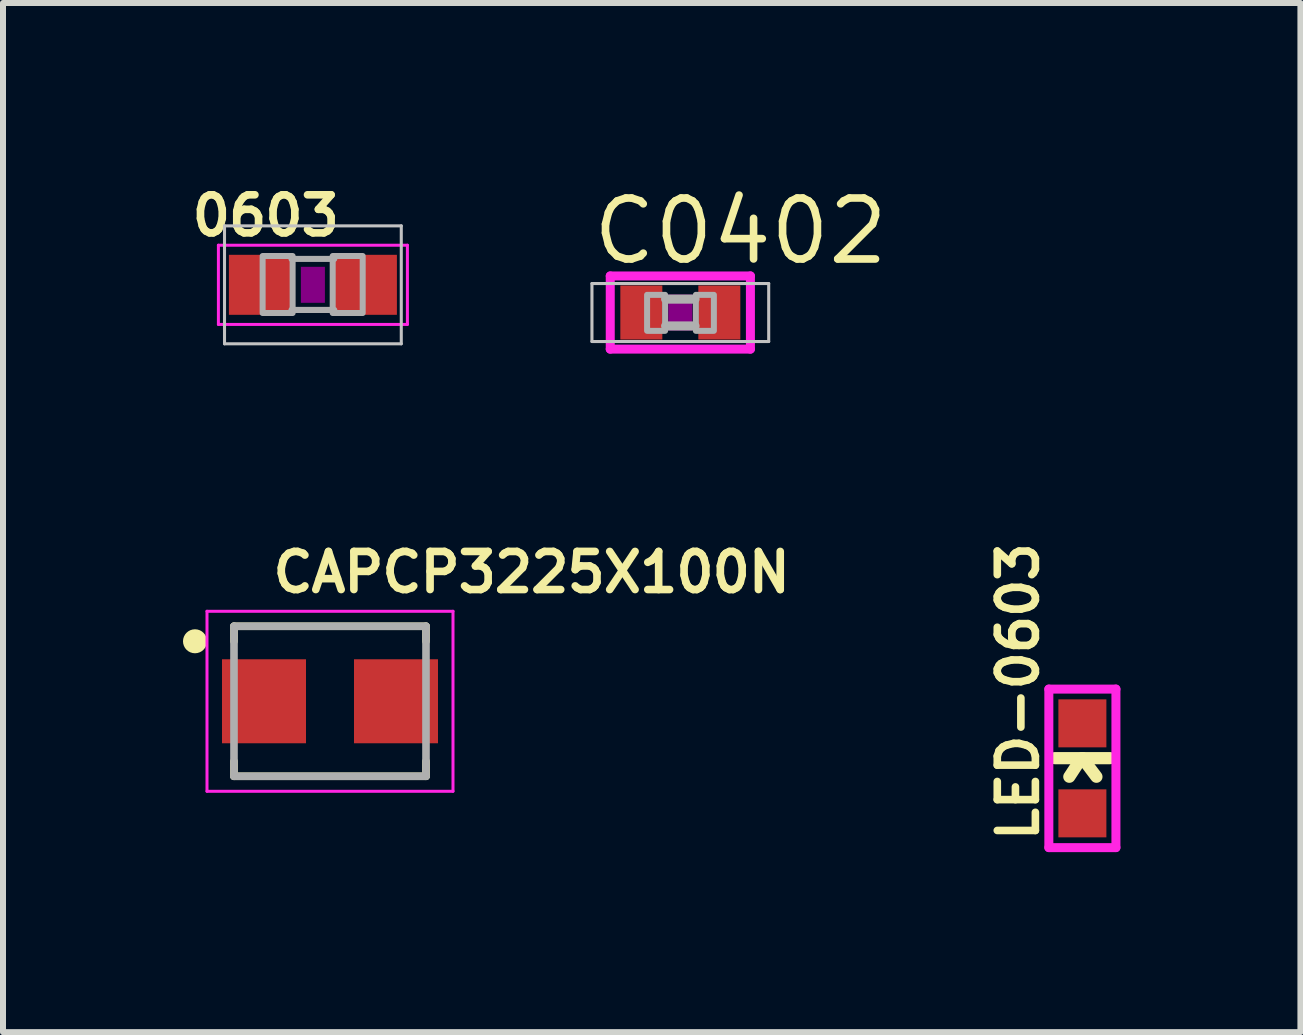
<source format=kicad_pcb>
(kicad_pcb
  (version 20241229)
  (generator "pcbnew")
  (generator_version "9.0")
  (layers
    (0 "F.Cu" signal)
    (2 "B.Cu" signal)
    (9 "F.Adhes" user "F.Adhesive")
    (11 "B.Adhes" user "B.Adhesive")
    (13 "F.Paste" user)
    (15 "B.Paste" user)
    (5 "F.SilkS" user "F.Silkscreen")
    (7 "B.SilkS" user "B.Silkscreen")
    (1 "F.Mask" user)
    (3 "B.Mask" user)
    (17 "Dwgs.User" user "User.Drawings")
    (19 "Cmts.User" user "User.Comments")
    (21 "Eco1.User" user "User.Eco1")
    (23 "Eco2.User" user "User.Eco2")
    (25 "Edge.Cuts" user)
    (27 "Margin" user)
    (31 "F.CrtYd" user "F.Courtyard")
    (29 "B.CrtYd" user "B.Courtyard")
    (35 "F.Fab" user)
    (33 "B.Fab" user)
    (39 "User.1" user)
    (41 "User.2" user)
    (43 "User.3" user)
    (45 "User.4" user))
  (footprint "C0402"
    (layer "F.Cu")
    (at 8.289 2.159)
    (property "Reference" "C0402" (at -1.524 -0.762 0) (layer "F.SilkS") (effects (font (size 1.016 1.016) (thickness 0.127)) (justify left bottom)))
    (attr through_hole)
    (fp_poly (pts (xy -0.2 0.3) (xy 0.2 0.3) (xy 0.2 -0.3) (xy -0.2 -0.3)) (stroke (width 0) (type solid)) (fill yes) (layer "F.Adhes"))
    (fp_line (start -1.473 -0.483) (end 1.473 -0.483) (stroke (width 0.051) (type solid)) (layer "Dwgs.User"))
    (fp_line (start -1.473 0.483) (end -1.473 -0.483) (stroke (width 0.051) (type solid)) (layer "Dwgs.User"))
    (fp_line (start 1.473 -0.483) (end 1.473 0.483) (stroke (width 0.051) (type solid)) (layer "Dwgs.User"))
    (fp_line (start 1.473 0.483) (end -1.473 0.483) (stroke (width 0.051) (type solid)) (layer "Dwgs.User"))
    (fp_line (start -1.168 -0.61) (end 1.168 -0.61) (stroke (width 0.15) (type solid)) (layer "F.CrtYd"))
    (fp_line (start -1.168 0.61) (end -1.168 -0.61) (stroke (width 0.15) (type solid)) (layer "F.CrtYd"))
    (fp_line (start 1.168 -0.61) (end 1.168 0.61) (stroke (width 0.15) (type solid)) (layer "F.CrtYd"))
    (fp_line (start 1.168 0.61) (end -1.168 0.61) (stroke (width 0.15) (type solid)) (layer "F.CrtYd"))
    (fp_line (start -0.245 -0.224) (end 0.245 -0.224) (stroke (width 0.152) (type solid)) (layer "F.Fab"))
    (fp_line (start 0.245 0.224) (end -0.245 0.224) (stroke (width 0.152) (type solid)) (layer "F.Fab"))
    (fp_poly (pts (xy -0.554 0.305) (xy -0.254 0.305) (xy -0.254 -0.295) (xy -0.554 -0.295)) (stroke (width 0.1) (type solid)) (fill no) (layer "F.Fab"))
    (fp_poly (pts (xy 0.259 0.305) (xy 0.559 0.305) (xy 0.559 -0.295) (xy 0.259 -0.295)) (stroke (width 0.1) (type solid)) (fill no) (layer "F.Fab"))
    (pad "1" smd rect (at -0.65 0) (size 0.7 0.9) (layers "F.Cu" "F.Mask" "F.Paste"))
    (pad "2" smd rect (at 0.65 0) (size 0.7 0.9) (layers "F.Cu" "F.Mask" "F.Paste")))
  (footprint "CAPCP3225X100N"
    (layer "F.Cu")
    (at 2.45 8.638)
    (property "Reference" "CAPCP3225X100N" (at -1.016 -1.778 0) (layer "F.SilkS") (effects (font (size 0.635 0.635) (thickness 0.127)) (justify left bottom)))
    (attr through_hole)
    (fp_line (start -1.6 -1.25) (end -1.6 -1) (stroke (width 0.127) (type solid)) (layer "F.SilkS"))
    (fp_line (start -1.6 1.25) (end -1.6 1) (stroke (width 0.127) (type solid)) (layer "F.SilkS"))
    (fp_line (start 1.6 -1.25) (end -1.6 -1.25) (stroke (width 0.127) (type solid)) (layer "F.SilkS"))
    (fp_line (start 1.6 -1) (end 1.6 -1.25) (stroke (width 0.127) (type solid)) (layer "F.SilkS"))
    (fp_line (start 1.6 1) (end 1.6 1.25) (stroke (width 0.127) (type solid)) (layer "F.SilkS"))
    (fp_line (start 1.6 1.25) (end -1.6 1.25) (stroke (width 0.127) (type solid)) (layer "F.SilkS"))
    (fp_circle (center -2.25 -1) (end -2.15 -1) (stroke (width 0.2) (type solid)) (fill no) (layer "F.SilkS"))
    (fp_line (start -2.05 -1.5) (end 2.05 -1.5) (stroke (width 0.05) (type solid)) (layer "F.CrtYd"))
    (fp_line (start -2.05 1.5) (end -2.05 -1.5) (stroke (width 0.05) (type solid)) (layer "F.CrtYd"))
    (fp_line (start 2.05 -1.5) (end 2.05 1.5) (stroke (width 0.05) (type solid)) (layer "F.CrtYd"))
    (fp_line (start 2.05 1.5) (end -2.05 1.5) (stroke (width 0.05) (type solid)) (layer "F.CrtYd"))
    (fp_line (start -1.6 -1.25) (end 1.6 -1.25) (stroke (width 0.127) (type solid)) (layer "F.Fab"))
    (fp_line (start -1.6 1.25) (end -1.6 -1.25) (stroke (width 0.127) (type solid)) (layer "F.Fab"))
    (fp_line (start 1.6 -1.25) (end 1.6 1.25) (stroke (width 0.127) (type solid)) (layer "F.Fab"))
    (fp_line (start 1.6 1.25) (end -1.6 1.25) (stroke (width 0.127) (type solid)) (layer "F.Fab"))
    (pad "1" smd rect (at -1.1 0 180) (size 1.4 1.4) (layers "F.Cu" "F.Mask" "F.Paste"))
    (pad "2" smd rect (at 1.1 0 180) (size 1.4 1.4) (layers "F.Cu" "F.Mask" "F.Paste")))
  (footprint "LED-0603"
    (layer "F.Cu")
    (at 14.99 9.756)
    (property "Reference" "LED-0603" (at -0.699 1.27 90) (layer "F.SilkS") (effects (font (size 0.635 0.635) (thickness 0.127)) (justify left bottom)))
    (attr through_hole)
    (fp_line (start -0.46 -0.17) (end 0 -0.17) (stroke (width 0.203) (type solid)) (layer "F.SilkS"))
    (fp_line (start -0.025 -0.155) (end -0.218 0.14) (stroke (width 0.203) (type solid)) (layer "F.SilkS"))
    (fp_line (start 0 -0.17) (end 0.234 0.14) (stroke (width 0.203) (type solid)) (layer "F.SilkS"))
    (fp_line (start 0.46 -0.17) (end 0 -0.17) (stroke (width 0.203) (type solid)) (layer "F.SilkS"))
    (fp_line (start -0.559 -1.321) (end 0.559 -1.321) (stroke (width 0.15) (type solid)) (layer "F.CrtYd"))
    (fp_line (start -0.559 1.321) (end -0.559 -1.321) (stroke (width 0.15) (type solid)) (layer "F.CrtYd"))
    (fp_line (start 0.559 -1.321) (end 0.559 1.321) (stroke (width 0.15) (type solid)) (layer "F.CrtYd"))
    (fp_line (start 0.559 1.321) (end -0.559 1.321) (stroke (width 0.15) (type solid)) (layer "F.CrtYd"))
    (pad "A" smd rect (at 0 0.75) (size 0.8 0.8) (layers "F.Cu" "F.Mask" "F.Paste"))
    (pad "C" smd rect (at 0 -0.75) (size 0.8 0.8) (layers "F.Cu" "F.Mask" "F.Paste")))
  (footprint "0603"
    (layer "F.Cu")
    (at 2.165 1.697)
    (property "Reference" "0603" (at 0.508 -1.524 180) (layer "F.SilkS") (effects (font (size 0.635 0.635) (thickness 0.127)) (justify right top)))
    (attr through_hole)
    (fp_poly (pts (xy -0.2 0.3) (xy 0.2 0.3) (xy 0.2 -0.3) (xy -0.2 -0.3)) (stroke (width 0) (type solid)) (fill yes) (layer "F.Adhes"))
    (fp_line (start -1.473 -0.983) (end 1.473 -0.983) (stroke (width 0.051) (type solid)) (layer "Dwgs.User"))
    (fp_line (start -1.473 0.983) (end -1.473 -0.983) (stroke (width 0.051) (type solid)) (layer "Dwgs.User"))
    (fp_line (start 1.473 -0.983) (end 1.473 0.983) (stroke (width 0.051) (type solid)) (layer "Dwgs.User"))
    (fp_line (start 1.473 0.983) (end -1.473 0.983) (stroke (width 0.051) (type solid)) (layer "Dwgs.User"))
    (fp_line (start -1.575 -0.66) (end -1.575 0.66) (stroke (width 0.05) (type solid)) (layer "F.CrtYd"))
    (fp_line (start -1.575 0.66) (end 1.575 0.66) (stroke (width 0.05) (type solid)) (layer "F.CrtYd"))
    (fp_line (start 1.575 -0.66) (end -1.575 -0.66) (stroke (width 0.05) (type solid)) (layer "F.CrtYd"))
    (fp_line (start 1.575 0.66) (end 1.575 -0.66) (stroke (width 0.05) (type solid)) (layer "F.CrtYd"))
    (fp_line (start -0.356 -0.432) (end 0.356 -0.432) (stroke (width 0.102) (type solid)) (layer "F.Fab"))
    (fp_line (start -0.356 0.419) (end 0.356 0.419) (stroke (width 0.102) (type solid)) (layer "F.Fab"))
    (fp_poly (pts (xy -0.838 0.47) (xy -0.338 0.47) (xy -0.338 -0.48) (xy -0.838 -0.48)) (stroke (width 0.1) (type solid)) (fill no) (layer "F.Fab"))
    (fp_poly (pts (xy 0.33 0.47) (xy 0.83 0.47) (xy 0.83 -0.48) (xy 0.33 -0.48)) (stroke (width 0.1) (type solid)) (fill no) (layer "F.Fab"))
    (pad "1" smd rect (at -0.85 0) (size 1.1 1) (layers "F.Cu" "F.Mask" "F.Paste"))
    (pad "2" smd rect (at 0.85 0) (size 1.1 1) (layers "F.Cu" "F.Mask" "F.Paste")))
  (gr_rect
    (start -3 -3)
    (end 18.624 14.152)
    (stroke (width 0.1) (type default))
    (fill no)
    (layer "Edge.Cuts")))
</source>
